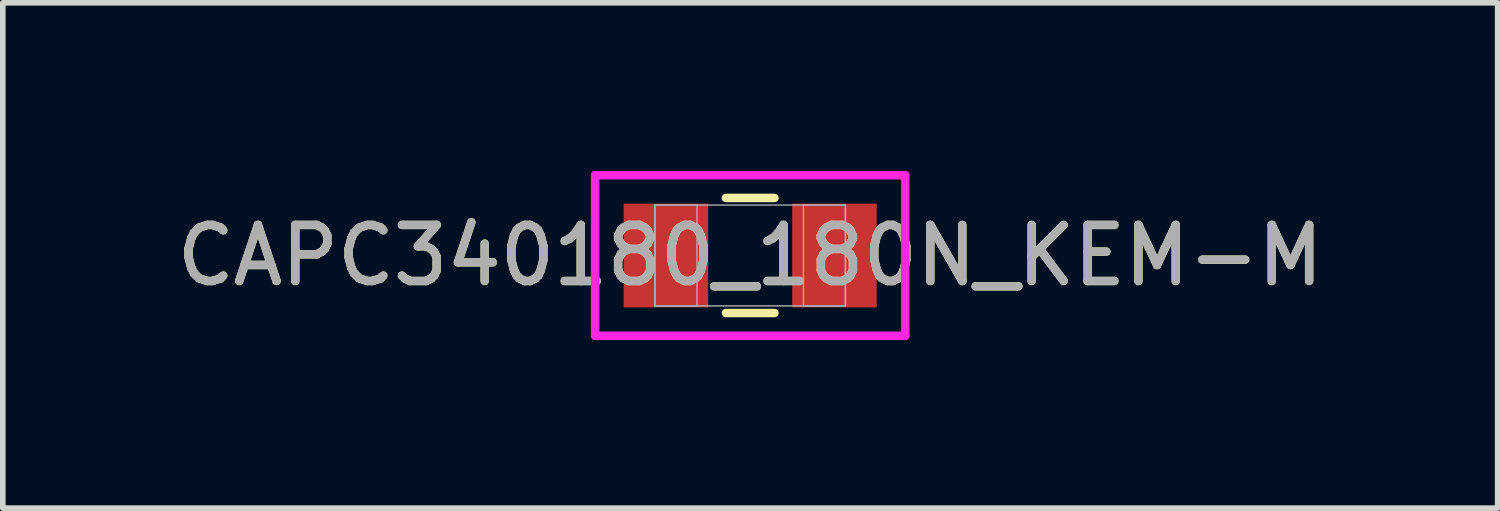
<source format=kicad_pcb>
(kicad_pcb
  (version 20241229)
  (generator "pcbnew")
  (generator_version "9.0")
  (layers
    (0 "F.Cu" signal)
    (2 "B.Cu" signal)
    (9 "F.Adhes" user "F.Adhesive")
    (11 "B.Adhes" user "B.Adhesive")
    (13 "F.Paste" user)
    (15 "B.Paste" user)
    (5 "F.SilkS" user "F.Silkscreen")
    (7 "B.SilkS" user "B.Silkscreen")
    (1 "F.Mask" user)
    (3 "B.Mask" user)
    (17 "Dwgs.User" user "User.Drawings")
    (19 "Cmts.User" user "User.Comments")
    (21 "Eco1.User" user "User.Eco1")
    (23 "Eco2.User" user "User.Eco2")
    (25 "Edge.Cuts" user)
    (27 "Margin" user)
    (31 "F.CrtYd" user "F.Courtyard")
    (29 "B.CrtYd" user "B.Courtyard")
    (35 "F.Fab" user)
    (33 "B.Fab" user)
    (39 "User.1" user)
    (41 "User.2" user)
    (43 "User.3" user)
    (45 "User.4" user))
  (footprint "CAPC340180_180N_KEM-M"
    (layer "F.Cu")
    (at 10.339 1.51)
    (property "Reference" "CAPC340180_180N_KEM-M" (at 0 0 0) (unlocked yes) (layer "F.SilkS") (effects (font (size 1 1) (thickness 0.15))))
    (attr smd)
    (fp_line (start -0.433 1.027) (end 0.433 1.027) (stroke (width 0.152) (type solid)) (layer "F.SilkS"))
    (fp_line (start 0.433 -1.027) (end -0.433 -1.027) (stroke (width 0.152) (type solid)) (layer "F.SilkS"))
    (fp_line (start -2.767 -1.433) (end 2.767 -1.433) (stroke (width 0.152) (type solid)) (layer "F.CrtYd"))
    (fp_line (start -2.767 1.433) (end -2.767 -1.433) (stroke (width 0.152) (type solid)) (layer "F.CrtYd"))
    (fp_line (start 2.767 -1.433) (end 2.767 1.433) (stroke (width 0.152) (type solid)) (layer "F.CrtYd"))
    (fp_line (start 2.767 1.433) (end -2.767 1.433) (stroke (width 0.152) (type solid)) (layer "F.CrtYd"))
    (fp_line (start -1.7 -0.9) (end -1.7 0.9) (stroke (width 0.025) (type solid)) (layer "F.Fab"))
    (fp_line (start -1.7 -0.9) (end -1.7 0.9) (stroke (width 0.025) (type solid)) (layer "F.Fab"))
    (fp_line (start -1.7 0.9) (end -0.95 0.9) (stroke (width 0.025) (type solid)) (layer "F.Fab"))
    (fp_line (start -1.7 0.9) (end 1.7 0.9) (stroke (width 0.025) (type solid)) (layer "F.Fab"))
    (fp_line (start -0.95 -0.9) (end -1.7 -0.9) (stroke (width 0.025) (type solid)) (layer "F.Fab"))
    (fp_line (start -0.95 0.9) (end -0.95 -0.9) (stroke (width 0.025) (type solid)) (layer "F.Fab"))
    (fp_line (start 0.95 -0.9) (end 0.95 0.9) (stroke (width 0.025) (type solid)) (layer "F.Fab"))
    (fp_line (start 0.95 0.9) (end 1.7 0.9) (stroke (width 0.025) (type solid)) (layer "F.Fab"))
    (fp_line (start 1.7 -0.9) (end -1.7 -0.9) (stroke (width 0.025) (type solid)) (layer "F.Fab"))
    (fp_line (start 1.7 -0.9) (end 0.95 -0.9) (stroke (width 0.025) (type solid)) (layer "F.Fab"))
    (fp_line (start 1.7 0.9) (end 1.7 -0.9) (stroke (width 0.025) (type solid)) (layer "F.Fab"))
    (fp_line (start 1.7 0.9) (end 1.7 -0.9) (stroke (width 0.025) (type solid)) (layer "F.Fab"))
    (fp_text user "${REFERENCE}" (at 0 0 0) (unlocked yes) (layer "F.Fab") (effects (font (size 1 1) (thickness 0.15))))
    (pad "1" smd rect (at -1.504 0) (size 1.509 1.851) (layers "F.Cu" "F.Mask" "F.Paste"))
    (pad "2" smd rect (at 1.504 0) (size 1.509 1.851) (layers "F.Cu" "F.Mask" "F.Paste"))
    (zone (net_name "") (layer "F.Cu") (hatch full 0.508) (connect_pads) (min_thickness 0.254) (filled_areas_thickness no) (keepout (tracks not_allowed) (vias not_allowed) (pads allowed) (copperpour not_allowed) (footprints allowed)) (placement (enabled no)) (fill) (polygon (pts (xy 9.64 0.66) (xy 11.038 0.66) (xy 11.038 2.359) (xy 9.64 2.359)))))
  (gr_rect
    (start -3 -3)
    (end 23.679 6.019)
    (stroke (width 0.1) (type default))
    (fill no)
    (layer "Edge.Cuts")))
</source>
